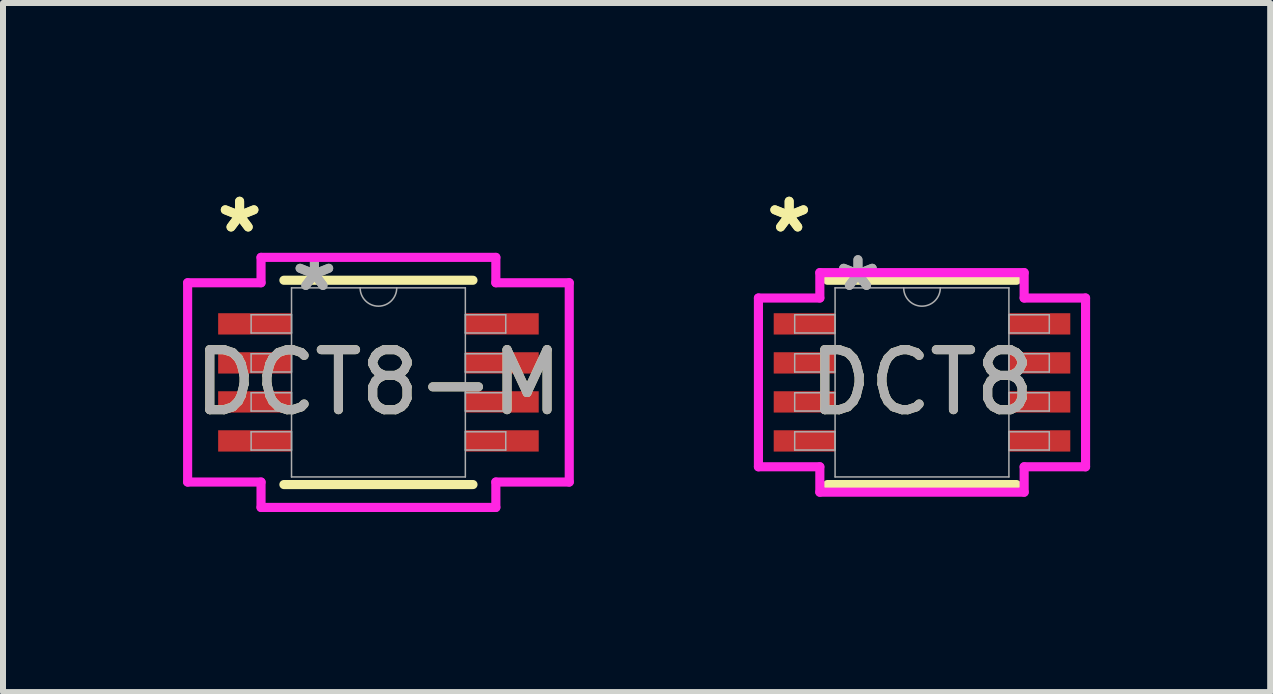
<source format=kicad_pcb>
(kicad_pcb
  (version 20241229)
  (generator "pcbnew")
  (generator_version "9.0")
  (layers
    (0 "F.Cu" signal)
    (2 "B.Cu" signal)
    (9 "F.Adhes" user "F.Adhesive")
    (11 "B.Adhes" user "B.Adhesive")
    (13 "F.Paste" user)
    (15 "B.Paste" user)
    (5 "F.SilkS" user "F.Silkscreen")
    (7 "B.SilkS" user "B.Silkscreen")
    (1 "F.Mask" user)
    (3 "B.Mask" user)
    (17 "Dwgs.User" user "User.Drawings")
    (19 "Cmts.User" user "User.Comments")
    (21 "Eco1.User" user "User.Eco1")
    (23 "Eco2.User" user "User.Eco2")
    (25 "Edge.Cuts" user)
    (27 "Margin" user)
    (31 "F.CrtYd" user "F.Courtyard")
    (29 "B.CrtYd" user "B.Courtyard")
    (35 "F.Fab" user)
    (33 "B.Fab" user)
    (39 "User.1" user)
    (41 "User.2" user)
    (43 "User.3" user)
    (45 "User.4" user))
  (footprint "DCT8-M"
    (layer "F.Cu")
    (at 3.255 3.321)
    (property "Reference" "DCT8-M" (at 0 0 0) (unlocked yes) (layer "F.SilkS") (effects (font (size 1 1) (thickness 0.15))))
    (attr smd)
    (fp_line (start -1.575 1.702) (end 1.575 1.702) (stroke (width 0.152) (type solid)) (layer "F.SilkS"))
    (fp_line (start 1.575 -1.702) (end -1.575 -1.702) (stroke (width 0.152) (type solid)) (layer "F.SilkS"))
    (fp_line (start -3.179 -1.66) (end -1.956 -1.66) (stroke (width 0.152) (type solid)) (layer "F.CrtYd"))
    (fp_line (start -3.179 1.66) (end -3.179 -1.66) (stroke (width 0.152) (type solid)) (layer "F.CrtYd"))
    (fp_line (start -3.179 1.66) (end -1.956 1.66) (stroke (width 0.152) (type solid)) (layer "F.CrtYd"))
    (fp_line (start -1.956 -2.083) (end 1.956 -2.083) (stroke (width 0.152) (type solid)) (layer "F.CrtYd"))
    (fp_line (start -1.956 -1.66) (end -1.956 -2.083) (stroke (width 0.152) (type solid)) (layer "F.CrtYd"))
    (fp_line (start -1.956 2.083) (end -1.956 1.66) (stroke (width 0.152) (type solid)) (layer "F.CrtYd"))
    (fp_line (start 1.956 -2.083) (end 1.956 -1.66) (stroke (width 0.152) (type solid)) (layer "F.CrtYd"))
    (fp_line (start 1.956 1.66) (end 1.956 2.083) (stroke (width 0.152) (type solid)) (layer "F.CrtYd"))
    (fp_line (start 1.956 2.083) (end -1.956 2.083) (stroke (width 0.152) (type solid)) (layer "F.CrtYd"))
    (fp_line (start 3.179 -1.66) (end 1.956 -1.66) (stroke (width 0.152) (type solid)) (layer "F.CrtYd"))
    (fp_line (start 3.179 -1.66) (end 3.179 1.66) (stroke (width 0.152) (type solid)) (layer "F.CrtYd"))
    (fp_line (start 3.179 1.66) (end 1.956 1.66) (stroke (width 0.152) (type solid)) (layer "F.CrtYd"))
    (fp_line (start -2.121 -1.127) (end -2.121 -0.823) (stroke (width 0.025) (type solid)) (layer "F.Fab"))
    (fp_line (start -2.121 -0.823) (end -1.448 -0.823) (stroke (width 0.025) (type solid)) (layer "F.Fab"))
    (fp_line (start -2.121 -0.477) (end -2.121 -0.173) (stroke (width 0.025) (type solid)) (layer "F.Fab"))
    (fp_line (start -2.121 -0.173) (end -1.448 -0.173) (stroke (width 0.025) (type solid)) (layer "F.Fab"))
    (fp_line (start -2.121 0.173) (end -2.121 0.477) (stroke (width 0.025) (type solid)) (layer "F.Fab"))
    (fp_line (start -2.121 0.477) (end -1.448 0.477) (stroke (width 0.025) (type solid)) (layer "F.Fab"))
    (fp_line (start -2.121 0.823) (end -2.121 1.127) (stroke (width 0.025) (type solid)) (layer "F.Fab"))
    (fp_line (start -2.121 1.127) (end -1.448 1.127) (stroke (width 0.025) (type solid)) (layer "F.Fab"))
    (fp_line (start -1.448 -1.575) (end -1.448 1.575) (stroke (width 0.025) (type solid)) (layer "F.Fab"))
    (fp_line (start -1.448 -1.127) (end -2.121 -1.127) (stroke (width 0.025) (type solid)) (layer "F.Fab"))
    (fp_line (start -1.448 -0.823) (end -1.448 -1.127) (stroke (width 0.025) (type solid)) (layer "F.Fab"))
    (fp_line (start -1.448 -0.477) (end -2.121 -0.477) (stroke (width 0.025) (type solid)) (layer "F.Fab"))
    (fp_line (start -1.448 -0.173) (end -1.448 -0.477) (stroke (width 0.025) (type solid)) (layer "F.Fab"))
    (fp_line (start -1.448 0.173) (end -2.121 0.173) (stroke (width 0.025) (type solid)) (layer "F.Fab"))
    (fp_line (start -1.448 0.477) (end -1.448 0.173) (stroke (width 0.025) (type solid)) (layer "F.Fab"))
    (fp_line (start -1.448 0.823) (end -2.121 0.823) (stroke (width 0.025) (type solid)) (layer "F.Fab"))
    (fp_line (start -1.448 1.127) (end -1.448 0.823) (stroke (width 0.025) (type solid)) (layer "F.Fab"))
    (fp_line (start -1.448 1.575) (end 1.448 1.575) (stroke (width 0.025) (type solid)) (layer "F.Fab"))
    (fp_line (start 1.448 -1.575) (end -1.448 -1.575) (stroke (width 0.025) (type solid)) (layer "F.Fab"))
    (fp_line (start 1.448 -1.127) (end 1.448 -0.823) (stroke (width 0.025) (type solid)) (layer "F.Fab"))
    (fp_line (start 1.448 -0.823) (end 2.121 -0.823) (stroke (width 0.025) (type solid)) (layer "F.Fab"))
    (fp_line (start 1.448 -0.477) (end 1.448 -0.173) (stroke (width 0.025) (type solid)) (layer "F.Fab"))
    (fp_line (start 1.448 -0.173) (end 2.121 -0.173) (stroke (width 0.025) (type solid)) (layer "F.Fab"))
    (fp_line (start 1.448 0.173) (end 1.448 0.477) (stroke (width 0.025) (type solid)) (layer "F.Fab"))
    (fp_line (start 1.448 0.477) (end 2.121 0.477) (stroke (width 0.025) (type solid)) (layer "F.Fab"))
    (fp_line (start 1.448 0.823) (end 1.448 1.127) (stroke (width 0.025) (type solid)) (layer "F.Fab"))
    (fp_line (start 1.448 1.127) (end 2.121 1.127) (stroke (width 0.025) (type solid)) (layer "F.Fab"))
    (fp_line (start 1.448 1.575) (end 1.448 -1.575) (stroke (width 0.025) (type solid)) (layer "F.Fab"))
    (fp_line (start 2.121 -1.127) (end 1.448 -1.127) (stroke (width 0.025) (type solid)) (layer "F.Fab"))
    (fp_line (start 2.121 -0.823) (end 2.121 -1.127) (stroke (width 0.025) (type solid)) (layer "F.Fab"))
    (fp_line (start 2.121 -0.477) (end 1.448 -0.477) (stroke (width 0.025) (type solid)) (layer "F.Fab"))
    (fp_line (start 2.121 -0.173) (end 2.121 -0.477) (stroke (width 0.025) (type solid)) (layer "F.Fab"))
    (fp_line (start 2.121 0.173) (end 1.448 0.173) (stroke (width 0.025) (type solid)) (layer "F.Fab"))
    (fp_line (start 2.121 0.477) (end 2.121 0.173) (stroke (width 0.025) (type solid)) (layer "F.Fab"))
    (fp_line (start 2.121 0.823) (end 1.448 0.823) (stroke (width 0.025) (type solid)) (layer "F.Fab"))
    (fp_line (start 2.121 1.127) (end 2.121 0.823) (stroke (width 0.025) (type solid)) (layer "F.Fab"))
    (fp_arc (start 0.3048 -1.5748) (mid 0 -1.27) (end -0.3048 -1.5748) (stroke (width 0.0254) (type solid)) (layer "F.Fab"))
    (fp_text user "*" (at -2.313 -2.473 0) (layer "F.SilkS") (effects (font (size 1 1) (thickness 0.15))))
    (fp_text user "*" (at -2.313 -2.473 0) (unlocked yes) (layer "F.SilkS") (effects (font (size 1 1) (thickness 0.15))))
    (fp_text user "*" (at -1.067 -1.499 0) (unlocked yes) (layer "F.Fab") (effects (font (size 1 1) (thickness 0.15))))
    (fp_text user "${REFERENCE}" (at 0 0 0) (unlocked yes) (layer "F.Fab") (effects (font (size 1 1) (thickness 0.15))))
    (fp_text user "*" (at -1.067 -1.499 0) (layer "F.Fab") (effects (font (size 1 1) (thickness 0.15))))
    (pad "1" smd rect (at -2.059 -0.975) (size 1.223 0.355) (layers "F.Cu" "F.Mask" "F.Paste"))
    (pad "2" smd rect (at -2.059 -0.325) (size 1.223 0.355) (layers "F.Cu" "F.Mask" "F.Paste"))
    (pad "3" smd rect (at -2.059 0.325) (size 1.223 0.355) (layers "F.Cu" "F.Mask" "F.Paste"))
    (pad "4" smd rect (at -2.059 0.975) (size 1.223 0.355) (layers "F.Cu" "F.Mask" "F.Paste"))
    (pad "5" smd rect (at 2.059 0.975) (size 1.223 0.355) (layers "F.Cu" "F.Mask" "F.Paste"))
    (pad "6" smd rect (at 2.059 0.325) (size 1.223 0.355) (layers "F.Cu" "F.Mask" "F.Paste"))
    (pad "7" smd rect (at 2.059 -0.325) (size 1.223 0.355) (layers "F.Cu" "F.Mask" "F.Paste"))
    (pad "8" smd rect (at 2.059 -0.975) (size 1.223 0.355) (layers "F.Cu" "F.Mask" "F.Paste")))
  (footprint "DCT8"
    (layer "F.Cu")
    (at 12.311 3.321)
    (property "Reference" "DCT8" (at 0 0 0) (unlocked yes) (layer "F.SilkS") (effects (font (size 1 1) (thickness 0.15))))
    (attr smd)
    (fp_line (start -1.575 1.702) (end 1.575 1.702) (stroke (width 0.152) (type solid)) (layer "F.SilkS"))
    (fp_line (start 1.575 -1.702) (end -1.575 -1.702) (stroke (width 0.152) (type solid)) (layer "F.SilkS"))
    (fp_line (start -2.725 -1.406) (end -1.702 -1.406) (stroke (width 0.152) (type solid)) (layer "F.CrtYd"))
    (fp_line (start -2.725 1.406) (end -2.725 -1.406) (stroke (width 0.152) (type solid)) (layer "F.CrtYd"))
    (fp_line (start -2.725 1.406) (end -1.702 1.406) (stroke (width 0.152) (type solid)) (layer "F.CrtYd"))
    (fp_line (start -1.702 -1.829) (end 1.702 -1.829) (stroke (width 0.152) (type solid)) (layer "F.CrtYd"))
    (fp_line (start -1.702 -1.406) (end -1.702 -1.829) (stroke (width 0.152) (type solid)) (layer "F.CrtYd"))
    (fp_line (start -1.702 1.829) (end -1.702 1.406) (stroke (width 0.152) (type solid)) (layer "F.CrtYd"))
    (fp_line (start 1.702 -1.829) (end 1.702 -1.406) (stroke (width 0.152) (type solid)) (layer "F.CrtYd"))
    (fp_line (start 1.702 1.406) (end 1.702 1.829) (stroke (width 0.152) (type solid)) (layer "F.CrtYd"))
    (fp_line (start 1.702 1.829) (end -1.702 1.829) (stroke (width 0.152) (type solid)) (layer "F.CrtYd"))
    (fp_line (start 2.725 -1.406) (end 1.702 -1.406) (stroke (width 0.152) (type solid)) (layer "F.CrtYd"))
    (fp_line (start 2.725 -1.406) (end 2.725 1.406) (stroke (width 0.152) (type solid)) (layer "F.CrtYd"))
    (fp_line (start 2.725 1.406) (end 1.702 1.406) (stroke (width 0.152) (type solid)) (layer "F.CrtYd"))
    (fp_line (start -2.121 -1.127) (end -2.121 -0.823) (stroke (width 0.025) (type solid)) (layer "F.Fab"))
    (fp_line (start -2.121 -0.823) (end -1.448 -0.823) (stroke (width 0.025) (type solid)) (layer "F.Fab"))
    (fp_line (start -2.121 -0.477) (end -2.121 -0.173) (stroke (width 0.025) (type solid)) (layer "F.Fab"))
    (fp_line (start -2.121 -0.173) (end -1.448 -0.173) (stroke (width 0.025) (type solid)) (layer "F.Fab"))
    (fp_line (start -2.121 0.173) (end -2.121 0.477) (stroke (width 0.025) (type solid)) (layer "F.Fab"))
    (fp_line (start -2.121 0.477) (end -1.448 0.477) (stroke (width 0.025) (type solid)) (layer "F.Fab"))
    (fp_line (start -2.121 0.823) (end -2.121 1.127) (stroke (width 0.025) (type solid)) (layer "F.Fab"))
    (fp_line (start -2.121 1.127) (end -1.448 1.127) (stroke (width 0.025) (type solid)) (layer "F.Fab"))
    (fp_line (start -1.448 -1.575) (end -1.448 1.575) (stroke (width 0.025) (type solid)) (layer "F.Fab"))
    (fp_line (start -1.448 -1.127) (end -2.121 -1.127) (stroke (width 0.025) (type solid)) (layer "F.Fab"))
    (fp_line (start -1.448 -0.823) (end -1.448 -1.127) (stroke (width 0.025) (type solid)) (layer "F.Fab"))
    (fp_line (start -1.448 -0.477) (end -2.121 -0.477) (stroke (width 0.025) (type solid)) (layer "F.Fab"))
    (fp_line (start -1.448 -0.173) (end -1.448 -0.477) (stroke (width 0.025) (type solid)) (layer "F.Fab"))
    (fp_line (start -1.448 0.173) (end -2.121 0.173) (stroke (width 0.025) (type solid)) (layer "F.Fab"))
    (fp_line (start -1.448 0.477) (end -1.448 0.173) (stroke (width 0.025) (type solid)) (layer "F.Fab"))
    (fp_line (start -1.448 0.823) (end -2.121 0.823) (stroke (width 0.025) (type solid)) (layer "F.Fab"))
    (fp_line (start -1.448 1.127) (end -1.448 0.823) (stroke (width 0.025) (type solid)) (layer "F.Fab"))
    (fp_line (start -1.448 1.575) (end 1.448 1.575) (stroke (width 0.025) (type solid)) (layer "F.Fab"))
    (fp_line (start 1.448 -1.575) (end -1.448 -1.575) (stroke (width 0.025) (type solid)) (layer "F.Fab"))
    (fp_line (start 1.448 -1.127) (end 1.448 -0.823) (stroke (width 0.025) (type solid)) (layer "F.Fab"))
    (fp_line (start 1.448 -0.823) (end 2.121 -0.823) (stroke (width 0.025) (type solid)) (layer "F.Fab"))
    (fp_line (start 1.448 -0.477) (end 1.448 -0.173) (stroke (width 0.025) (type solid)) (layer "F.Fab"))
    (fp_line (start 1.448 -0.173) (end 2.121 -0.173) (stroke (width 0.025) (type solid)) (layer "F.Fab"))
    (fp_line (start 1.448 0.173) (end 1.448 0.477) (stroke (width 0.025) (type solid)) (layer "F.Fab"))
    (fp_line (start 1.448 0.477) (end 2.121 0.477) (stroke (width 0.025) (type solid)) (layer "F.Fab"))
    (fp_line (start 1.448 0.823) (end 1.448 1.127) (stroke (width 0.025) (type solid)) (layer "F.Fab"))
    (fp_line (start 1.448 1.127) (end 2.121 1.127) (stroke (width 0.025) (type solid)) (layer "F.Fab"))
    (fp_line (start 1.448 1.575) (end 1.448 -1.575) (stroke (width 0.025) (type solid)) (layer "F.Fab"))
    (fp_line (start 2.121 -1.127) (end 1.448 -1.127) (stroke (width 0.025) (type solid)) (layer "F.Fab"))
    (fp_line (start 2.121 -0.823) (end 2.121 -1.127) (stroke (width 0.025) (type solid)) (layer "F.Fab"))
    (fp_line (start 2.121 -0.477) (end 1.448 -0.477) (stroke (width 0.025) (type solid)) (layer "F.Fab"))
    (fp_line (start 2.121 -0.173) (end 2.121 -0.477) (stroke (width 0.025) (type solid)) (layer "F.Fab"))
    (fp_line (start 2.121 0.173) (end 1.448 0.173) (stroke (width 0.025) (type solid)) (layer "F.Fab"))
    (fp_line (start 2.121 0.477) (end 2.121 0.173) (stroke (width 0.025) (type solid)) (layer "F.Fab"))
    (fp_line (start 2.121 0.823) (end 1.448 0.823) (stroke (width 0.025) (type solid)) (layer "F.Fab"))
    (fp_line (start 2.121 1.127) (end 2.121 0.823) (stroke (width 0.025) (type solid)) (layer "F.Fab"))
    (fp_arc (start 0.3048 -1.5748) (mid 0 -1.27) (end -0.3048 -1.5748) (stroke (width 0.0254) (type solid)) (layer "F.Fab"))
    (fp_text user "*" (at -2.213 -2.473 0) (unlocked yes) (layer "F.SilkS") (effects (font (size 1 1) (thickness 0.15))))
    (fp_text user "*" (at -2.213 -2.473 0) (layer "F.SilkS") (effects (font (size 1 1) (thickness 0.15))))
    (fp_text user "*" (at -1.067 -1.499 0) (unlocked yes) (layer "F.Fab") (effects (font (size 1 1) (thickness 0.15))))
    (fp_text user "*" (at -1.067 -1.499 0) (layer "F.Fab") (effects (font (size 1 1) (thickness 0.15))))
    (fp_text user "${REFERENCE}" (at 0 0 0) (unlocked yes) (layer "F.Fab") (effects (font (size 1 1) (thickness 0.15))))
    (pad "1" smd rect (at -1.959 -0.975) (size 1.023 0.355) (layers "F.Cu" "F.Mask" "F.Paste"))
    (pad "2" smd rect (at -1.959 -0.325) (size 1.023 0.355) (layers "F.Cu" "F.Mask" "F.Paste"))
    (pad "3" smd rect (at -1.959 0.325) (size 1.023 0.355) (layers "F.Cu" "F.Mask" "F.Paste"))
    (pad "4" smd rect (at -1.959 0.975) (size 1.023 0.355) (layers "F.Cu" "F.Mask" "F.Paste"))
    (pad "5" smd rect (at 1.959 0.975) (size 1.023 0.355) (layers "F.Cu" "F.Mask" "F.Paste"))
    (pad "6" smd rect (at 1.959 0.325) (size 1.023 0.355) (layers "F.Cu" "F.Mask" "F.Paste"))
    (pad "7" smd rect (at 1.959 -0.325) (size 1.023 0.355) (layers "F.Cu" "F.Mask" "F.Paste"))
    (pad "8" smd rect (at 1.959 -0.975) (size 1.023 0.355) (layers "F.Cu" "F.Mask" "F.Paste")))
  (gr_rect
    (start -3 -3)
    (end 18.112 8.48)
    (stroke (width 0.1) (type default))
    (fill no)
    (layer "Edge.Cuts")))
</source>
